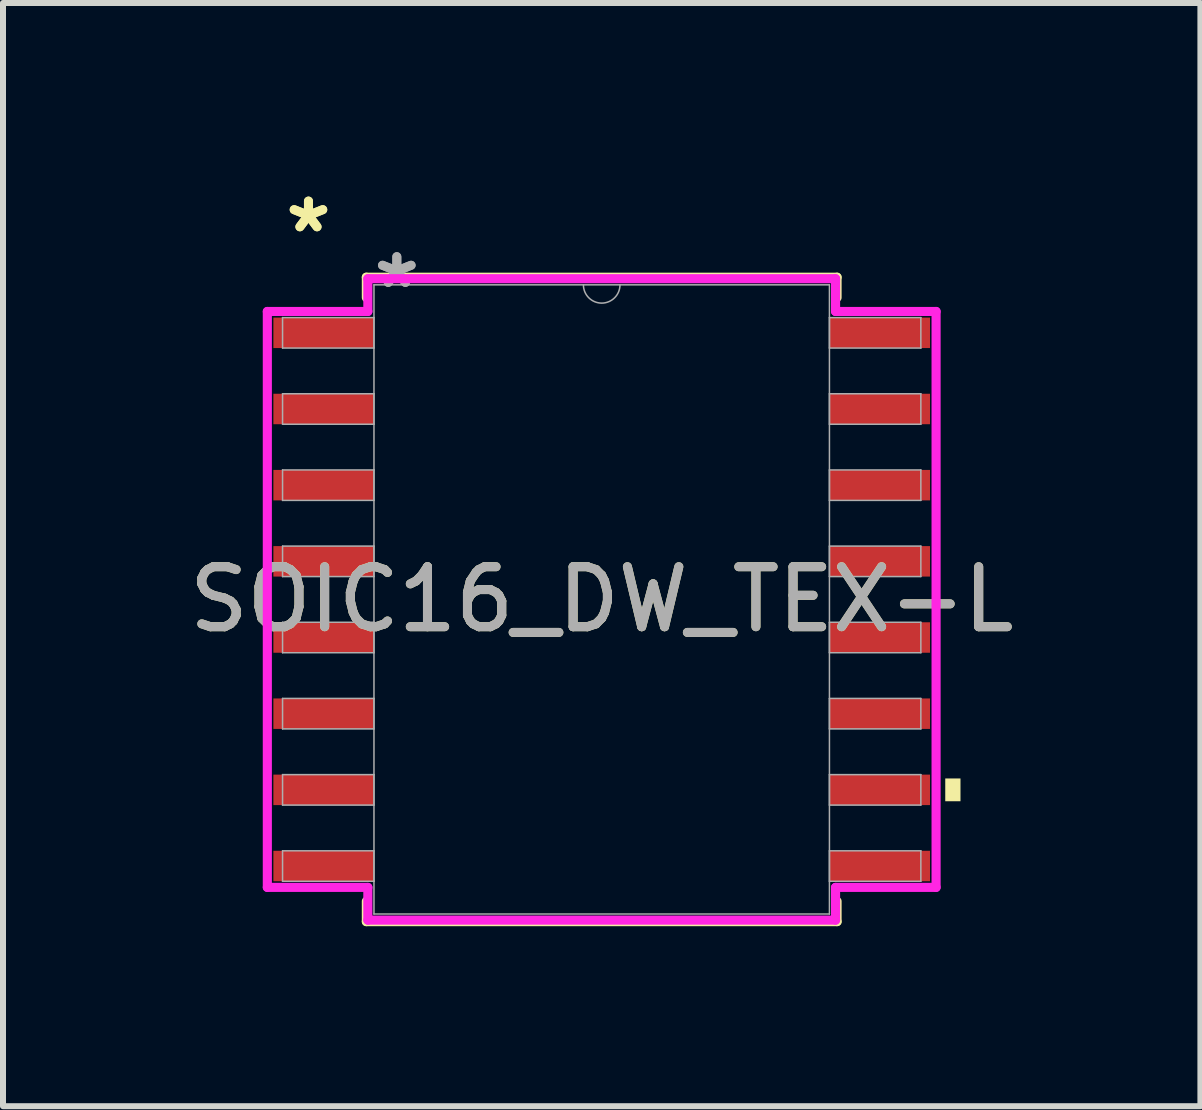
<source format=kicad_pcb>
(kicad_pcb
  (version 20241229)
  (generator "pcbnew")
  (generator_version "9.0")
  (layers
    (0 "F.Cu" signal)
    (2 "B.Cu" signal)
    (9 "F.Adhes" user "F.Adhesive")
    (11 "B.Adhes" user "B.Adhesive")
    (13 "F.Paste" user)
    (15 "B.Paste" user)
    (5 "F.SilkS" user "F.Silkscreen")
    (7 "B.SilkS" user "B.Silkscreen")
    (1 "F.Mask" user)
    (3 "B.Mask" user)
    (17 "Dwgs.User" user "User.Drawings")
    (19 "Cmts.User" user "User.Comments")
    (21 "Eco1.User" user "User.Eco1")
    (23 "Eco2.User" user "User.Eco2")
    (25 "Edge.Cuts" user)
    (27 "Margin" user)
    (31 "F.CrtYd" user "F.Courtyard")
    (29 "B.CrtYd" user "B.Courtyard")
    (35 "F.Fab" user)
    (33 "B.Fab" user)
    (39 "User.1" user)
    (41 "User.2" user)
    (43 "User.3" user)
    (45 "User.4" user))
  (footprint "SOIC16_DW_TEX-L"
    (layer "F.Cu")
    (at 6.982 6.944)
    (property "Reference" "SOIC16_DW_TEX-L" (at 0 0 0) (unlocked yes) (layer "F.SilkS") (effects (font (size 1 1) (thickness 0.15))))
    (attr smd)
    (fp_line (start -3.924 -5.372) (end -3.924 -5.032) (stroke (width 0.152) (type solid)) (layer "F.SilkS"))
    (fp_line (start -3.924 5.032) (end -3.924 5.372) (stroke (width 0.152) (type solid)) (layer "F.SilkS"))
    (fp_line (start -3.924 5.372) (end 3.924 5.372) (stroke (width 0.152) (type solid)) (layer "F.SilkS"))
    (fp_line (start 3.924 -5.372) (end -3.924 -5.372) (stroke (width 0.152) (type solid)) (layer "F.SilkS"))
    (fp_line (start 3.924 -5.032) (end 3.924 -5.372) (stroke (width 0.152) (type solid)) (layer "F.SilkS"))
    (fp_line (start 3.924 5.372) (end 3.924 5.032) (stroke (width 0.152) (type solid)) (layer "F.SilkS"))
    (fp_poly (pts (xy 5.982 2.985) (xy 5.982 3.365) (xy 5.728 3.365) (xy 5.728 2.985)) (stroke (width 0) (type solid)) (fill yes) (layer "F.SilkS"))
    (fp_line (start -5.575 -4.801) (end -3.899 -4.801) (stroke (width 0.152) (type solid)) (layer "F.CrtYd"))
    (fp_line (start -5.575 4.801) (end -5.575 -4.801) (stroke (width 0.152) (type solid)) (layer "F.CrtYd"))
    (fp_line (start -5.575 4.801) (end -3.899 4.801) (stroke (width 0.152) (type solid)) (layer "F.CrtYd"))
    (fp_line (start -3.899 -5.347) (end 3.899 -5.347) (stroke (width 0.152) (type solid)) (layer "F.CrtYd"))
    (fp_line (start -3.899 -4.801) (end -3.899 -5.347) (stroke (width 0.152) (type solid)) (layer "F.CrtYd"))
    (fp_line (start -3.899 5.347) (end -3.899 4.801) (stroke (width 0.152) (type solid)) (layer "F.CrtYd"))
    (fp_line (start 3.899 -5.347) (end 3.899 -4.801) (stroke (width 0.152) (type solid)) (layer "F.CrtYd"))
    (fp_line (start 3.899 4.801) (end 3.899 5.347) (stroke (width 0.152) (type solid)) (layer "F.CrtYd"))
    (fp_line (start 3.899 5.347) (end -3.899 5.347) (stroke (width 0.152) (type solid)) (layer "F.CrtYd"))
    (fp_line (start 5.575 -4.801) (end 3.899 -4.801) (stroke (width 0.152) (type solid)) (layer "F.CrtYd"))
    (fp_line (start 5.575 -4.801) (end 5.575 4.801) (stroke (width 0.152) (type solid)) (layer "F.CrtYd"))
    (fp_line (start 5.575 4.801) (end 3.899 4.801) (stroke (width 0.152) (type solid)) (layer "F.CrtYd"))
    (fp_line (start -5.321 -4.699) (end -5.321 -4.191) (stroke (width 0.025) (type solid)) (layer "F.Fab"))
    (fp_line (start -5.321 -4.191) (end -3.797 -4.191) (stroke (width 0.025) (type solid)) (layer "F.Fab"))
    (fp_line (start -5.321 -3.429) (end -5.321 -2.921) (stroke (width 0.025) (type solid)) (layer "F.Fab"))
    (fp_line (start -5.321 -2.921) (end -3.797 -2.921) (stroke (width 0.025) (type solid)) (layer "F.Fab"))
    (fp_line (start -5.321 -2.159) (end -5.321 -1.651) (stroke (width 0.025) (type solid)) (layer "F.Fab"))
    (fp_line (start -5.321 -1.651) (end -3.797 -1.651) (stroke (width 0.025) (type solid)) (layer "F.Fab"))
    (fp_line (start -5.321 -0.889) (end -5.321 -0.381) (stroke (width 0.025) (type solid)) (layer "F.Fab"))
    (fp_line (start -5.321 -0.381) (end -3.797 -0.381) (stroke (width 0.025) (type solid)) (layer "F.Fab"))
    (fp_line (start -5.321 0.381) (end -5.321 0.889) (stroke (width 0.025) (type solid)) (layer "F.Fab"))
    (fp_line (start -5.321 0.889) (end -3.797 0.889) (stroke (width 0.025) (type solid)) (layer "F.Fab"))
    (fp_line (start -5.321 1.651) (end -5.321 2.159) (stroke (width 0.025) (type solid)) (layer "F.Fab"))
    (fp_line (start -5.321 2.159) (end -3.797 2.159) (stroke (width 0.025) (type solid)) (layer "F.Fab"))
    (fp_line (start -5.321 2.921) (end -5.321 3.429) (stroke (width 0.025) (type solid)) (layer "F.Fab"))
    (fp_line (start -5.321 3.429) (end -3.797 3.429) (stroke (width 0.025) (type solid)) (layer "F.Fab"))
    (fp_line (start -5.321 4.191) (end -5.321 4.699) (stroke (width 0.025) (type solid)) (layer "F.Fab"))
    (fp_line (start -5.321 4.699) (end -3.797 4.699) (stroke (width 0.025) (type solid)) (layer "F.Fab"))
    (fp_line (start -3.797 -5.245) (end -3.797 5.245) (stroke (width 0.025) (type solid)) (layer "F.Fab"))
    (fp_line (start -3.797 -4.699) (end -5.321 -4.699) (stroke (width 0.025) (type solid)) (layer "F.Fab"))
    (fp_line (start -3.797 -4.191) (end -3.797 -4.699) (stroke (width 0.025) (type solid)) (layer "F.Fab"))
    (fp_line (start -3.797 -3.429) (end -5.321 -3.429) (stroke (width 0.025) (type solid)) (layer "F.Fab"))
    (fp_line (start -3.797 -2.921) (end -3.797 -3.429) (stroke (width 0.025) (type solid)) (layer "F.Fab"))
    (fp_line (start -3.797 -2.159) (end -5.321 -2.159) (stroke (width 0.025) (type solid)) (layer "F.Fab"))
    (fp_line (start -3.797 -1.651) (end -3.797 -2.159) (stroke (width 0.025) (type solid)) (layer "F.Fab"))
    (fp_line (start -3.797 -0.889) (end -5.321 -0.889) (stroke (width 0.025) (type solid)) (layer "F.Fab"))
    (fp_line (start -3.797 -0.381) (end -3.797 -0.889) (stroke (width 0.025) (type solid)) (layer "F.Fab"))
    (fp_line (start -3.797 0.381) (end -5.321 0.381) (stroke (width 0.025) (type solid)) (layer "F.Fab"))
    (fp_line (start -3.797 0.889) (end -3.797 0.381) (stroke (width 0.025) (type solid)) (layer "F.Fab"))
    (fp_line (start -3.797 1.651) (end -5.321 1.651) (stroke (width 0.025) (type solid)) (layer "F.Fab"))
    (fp_line (start -3.797 2.159) (end -3.797 1.651) (stroke (width 0.025) (type solid)) (layer "F.Fab"))
    (fp_line (start -3.797 2.921) (end -5.321 2.921) (stroke (width 0.025) (type solid)) (layer "F.Fab"))
    (fp_line (start -3.797 3.429) (end -3.797 2.921) (stroke (width 0.025) (type solid)) (layer "F.Fab"))
    (fp_line (start -3.797 4.191) (end -5.321 4.191) (stroke (width 0.025) (type solid)) (layer "F.Fab"))
    (fp_line (start -3.797 4.699) (end -3.797 4.191) (stroke (width 0.025) (type solid)) (layer "F.Fab"))
    (fp_line (start -3.797 5.245) (end 3.797 5.245) (stroke (width 0.025) (type solid)) (layer "F.Fab"))
    (fp_line (start 3.797 -5.245) (end -3.797 -5.245) (stroke (width 0.025) (type solid)) (layer "F.Fab"))
    (fp_line (start 3.797 -4.699) (end 3.797 -4.191) (stroke (width 0.025) (type solid)) (layer "F.Fab"))
    (fp_line (start 3.797 -4.191) (end 5.321 -4.191) (stroke (width 0.025) (type solid)) (layer "F.Fab"))
    (fp_line (start 3.797 -3.429) (end 3.797 -2.921) (stroke (width 0.025) (type solid)) (layer "F.Fab"))
    (fp_line (start 3.797 -2.921) (end 5.321 -2.921) (stroke (width 0.025) (type solid)) (layer "F.Fab"))
    (fp_line (start 3.797 -2.159) (end 3.797 -1.651) (stroke (width 0.025) (type solid)) (layer "F.Fab"))
    (fp_line (start 3.797 -1.651) (end 5.321 -1.651) (stroke (width 0.025) (type solid)) (layer "F.Fab"))
    (fp_line (start 3.797 -0.889) (end 3.797 -0.381) (stroke (width 0.025) (type solid)) (layer "F.Fab"))
    (fp_line (start 3.797 -0.381) (end 5.321 -0.381) (stroke (width 0.025) (type solid)) (layer "F.Fab"))
    (fp_line (start 3.797 0.381) (end 3.797 0.889) (stroke (width 0.025) (type solid)) (layer "F.Fab"))
    (fp_line (start 3.797 0.889) (end 5.321 0.889) (stroke (width 0.025) (type solid)) (layer "F.Fab"))
    (fp_line (start 3.797 1.651) (end 3.797 2.159) (stroke (width 0.025) (type solid)) (layer "F.Fab"))
    (fp_line (start 3.797 2.159) (end 5.321 2.159) (stroke (width 0.025) (type solid)) (layer "F.Fab"))
    (fp_line (start 3.797 2.921) (end 3.797 3.429) (stroke (width 0.025) (type solid)) (layer "F.Fab"))
    (fp_line (start 3.797 3.429) (end 5.321 3.429) (stroke (width 0.025) (type solid)) (layer "F.Fab"))
    (fp_line (start 3.797 4.191) (end 3.797 4.699) (stroke (width 0.025) (type solid)) (layer "F.Fab"))
    (fp_line (start 3.797 4.699) (end 5.321 4.699) (stroke (width 0.025) (type solid)) (layer "F.Fab"))
    (fp_line (start 3.797 5.245) (end 3.797 -5.245) (stroke (width 0.025) (type solid)) (layer "F.Fab"))
    (fp_line (start 5.321 -4.699) (end 3.797 -4.699) (stroke (width 0.025) (type solid)) (layer "F.Fab"))
    (fp_line (start 5.321 -4.191) (end 5.321 -4.699) (stroke (width 0.025) (type solid)) (layer "F.Fab"))
    (fp_line (start 5.321 -3.429) (end 3.797 -3.429) (stroke (width 0.025) (type solid)) (layer "F.Fab"))
    (fp_line (start 5.321 -2.921) (end 5.321 -3.429) (stroke (width 0.025) (type solid)) (layer "F.Fab"))
    (fp_line (start 5.321 -2.159) (end 3.797 -2.159) (stroke (width 0.025) (type solid)) (layer "F.Fab"))
    (fp_line (start 5.321 -1.651) (end 5.321 -2.159) (stroke (width 0.025) (type solid)) (layer "F.Fab"))
    (fp_line (start 5.321 -0.889) (end 3.797 -0.889) (stroke (width 0.025) (type solid)) (layer "F.Fab"))
    (fp_line (start 5.321 -0.381) (end 5.321 -0.889) (stroke (width 0.025) (type solid)) (layer "F.Fab"))
    (fp_line (start 5.321 0.381) (end 3.797 0.381) (stroke (width 0.025) (type solid)) (layer "F.Fab"))
    (fp_line (start 5.321 0.889) (end 5.321 0.381) (stroke (width 0.025) (type solid)) (layer "F.Fab"))
    (fp_line (start 5.321 1.651) (end 3.797 1.651) (stroke (width 0.025) (type solid)) (layer "F.Fab"))
    (fp_line (start 5.321 2.159) (end 5.321 1.651) (stroke (width 0.025) (type solid)) (layer "F.Fab"))
    (fp_line (start 5.321 2.921) (end 3.797 2.921) (stroke (width 0.025) (type solid)) (layer "F.Fab"))
    (fp_line (start 5.321 3.429) (end 5.321 2.921) (stroke (width 0.025) (type solid)) (layer "F.Fab"))
    (fp_line (start 5.321 4.191) (end 3.797 4.191) (stroke (width 0.025) (type solid)) (layer "F.Fab"))
    (fp_line (start 5.321 4.699) (end 5.321 4.191) (stroke (width 0.025) (type solid)) (layer "F.Fab"))
    (fp_arc (start 0.3048 -5.2451) (mid 0 -4.9403) (end -0.3048 -5.2451) (stroke (width 0.0254) (type solid)) (layer "F.Fab"))
    (fp_text user "*" (at -4.889 -6.096 0) (layer "F.SilkS") (effects (font (size 1 1) (thickness 0.15))))
    (fp_text user "*" (at -4.889 -6.096 0) (unlocked yes) (layer "F.SilkS") (effects (font (size 1 1) (thickness 0.15))))
    (fp_text user "*" (at -3.416 -5.169 0) (unlocked yes) (layer "F.Fab") (effects (font (size 1 1) (thickness 0.15))))
    (fp_text user "*" (at -3.416 -5.169 0) (layer "F.Fab") (effects (font (size 1 1) (thickness 0.15))))
    (fp_text user "${REFERENCE}" (at 0 0 0) (unlocked yes) (layer "F.Fab") (effects (font (size 1 1) (thickness 0.15))))
    (pad "1" smd rect (at -4.636 -4.445) (size 1.676 0.508) (layers "F.Cu" "F.Mask" "F.Paste"))
    (pad "2" smd rect (at -4.636 -3.175) (size 1.676 0.508) (layers "F.Cu" "F.Mask" "F.Paste"))
    (pad "3" smd rect (at -4.636 -1.905) (size 1.676 0.508) (layers "F.Cu" "F.Mask" "F.Paste"))
    (pad "4" smd rect (at -4.636 -0.635) (size 1.676 0.508) (layers "F.Cu" "F.Mask" "F.Paste"))
    (pad "5" smd rect (at -4.636 0.635) (size 1.676 0.508) (layers "F.Cu" "F.Mask" "F.Paste"))
    (pad "6" smd rect (at -4.636 1.905) (size 1.676 0.508) (layers "F.Cu" "F.Mask" "F.Paste"))
    (pad "7" smd rect (at -4.636 3.175) (size 1.676 0.508) (layers "F.Cu" "F.Mask" "F.Paste"))
    (pad "8" smd rect (at -4.636 4.445) (size 1.676 0.508) (layers "F.Cu" "F.Mask" "F.Paste"))
    (pad "9" smd rect (at 4.636 4.445) (size 1.676 0.508) (layers "F.Cu" "F.Mask" "F.Paste"))
    (pad "10" smd rect (at 4.636 3.175) (size 1.676 0.508) (layers "F.Cu" "F.Mask" "F.Paste"))
    (pad "11" smd rect (at 4.636 1.905) (size 1.676 0.508) (layers "F.Cu" "F.Mask" "F.Paste"))
    (pad "12" smd rect (at 4.636 0.635) (size 1.676 0.508) (layers "F.Cu" "F.Mask" "F.Paste"))
    (pad "13" smd rect (at 4.636 -0.635) (size 1.676 0.508) (layers "F.Cu" "F.Mask" "F.Paste"))
    (pad "14" smd rect (at 4.636 -1.905) (size 1.676 0.508) (layers "F.Cu" "F.Mask" "F.Paste"))
    (pad "15" smd rect (at 4.636 -3.175) (size 1.676 0.508) (layers "F.Cu" "F.Mask" "F.Paste"))
    (pad "16" smd rect (at 4.636 -4.445) (size 1.676 0.508) (layers "F.Cu" "F.Mask" "F.Paste")))
  (gr_rect
    (start -3 -3)
    (end 16.964 15.393)
    (stroke (width 0.1) (type default))
    (fill no)
    (layer "Edge.Cuts")))
</source>
